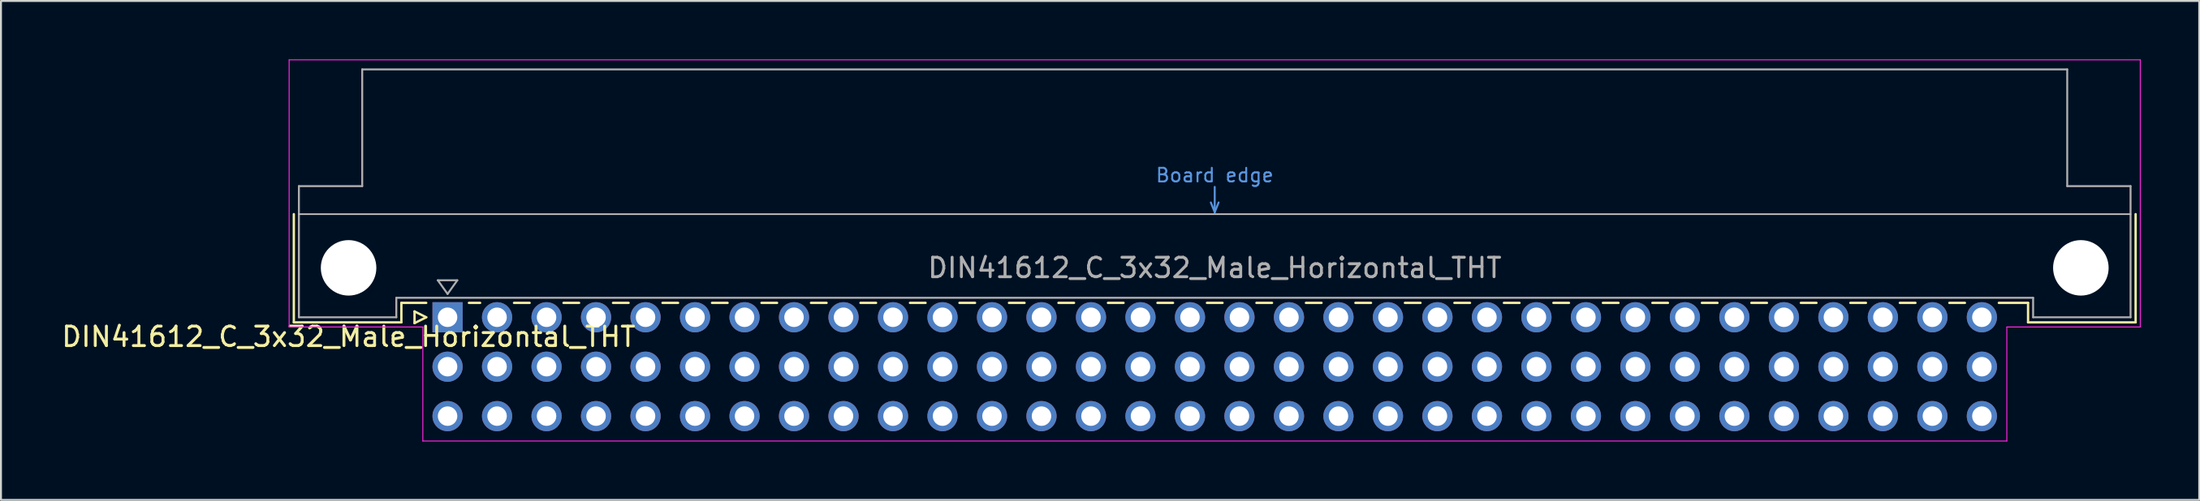
<source format=kicad_pcb>
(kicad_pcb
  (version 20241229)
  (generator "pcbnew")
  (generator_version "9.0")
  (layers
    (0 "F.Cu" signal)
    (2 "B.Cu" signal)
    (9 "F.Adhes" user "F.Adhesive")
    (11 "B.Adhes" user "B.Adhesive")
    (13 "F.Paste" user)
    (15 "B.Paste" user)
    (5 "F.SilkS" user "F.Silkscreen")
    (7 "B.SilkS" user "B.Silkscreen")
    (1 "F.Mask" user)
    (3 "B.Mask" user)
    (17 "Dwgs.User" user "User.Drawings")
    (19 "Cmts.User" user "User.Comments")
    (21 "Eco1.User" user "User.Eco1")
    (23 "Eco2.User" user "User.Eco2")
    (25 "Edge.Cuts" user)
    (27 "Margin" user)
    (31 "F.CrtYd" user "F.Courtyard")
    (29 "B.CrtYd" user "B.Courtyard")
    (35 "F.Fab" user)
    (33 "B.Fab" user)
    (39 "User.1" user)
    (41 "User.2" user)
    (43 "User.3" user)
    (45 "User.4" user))
  (footprint "DIN41612_C_3x32_Male_Horizontal_THT"
    (layer "F.Cu")
    (at 19.919 13.255)
    (property "Reference" "DIN41612_C_3x32_Male_Horizontal_THT" (at -5.08 1 0) (layer "F.SilkS") (effects (font (size 1 1) (thickness 0.15))))
    (attr through_hole)
    (fp_line (start -7.89 -5.3) (end -7.89 0.26) (stroke (width 0.12) (type solid)) (layer "F.SilkS"))
    (fp_line (start -7.89 0.26) (end -2.37 0.26) (stroke (width 0.12) (type solid)) (layer "F.SilkS"))
    (fp_line (start -2.371 -0.74) (end -1.095 -0.74) (stroke (width 0.12) (type solid)) (layer "F.SilkS"))
    (fp_line (start -2.37 0.26) (end -2.37 -0.74) (stroke (width 0.12) (type solid)) (layer "F.SilkS"))
    (fp_line (start -1.695 -0.3) (end -1.695 0.3) (stroke (width 0.12) (type solid)) (layer "F.SilkS"))
    (fp_line (start -1.695 0.3) (end -1.095 0) (stroke (width 0.12) (type solid)) (layer "F.SilkS"))
    (fp_line (start -1.095 0) (end -1.695 -0.3) (stroke (width 0.12) (type solid)) (layer "F.SilkS"))
    (fp_line (start 1.095 -0.74) (end 1.671 -0.74) (stroke (width 0.12) (type solid)) (layer "F.SilkS"))
    (fp_line (start 3.41 -0.74) (end 4.211 -0.74) (stroke (width 0.12) (type solid)) (layer "F.SilkS"))
    (fp_line (start 5.95 -0.74) (end 6.751 -0.74) (stroke (width 0.12) (type solid)) (layer "F.SilkS"))
    (fp_line (start 8.49 -0.74) (end 9.291 -0.74) (stroke (width 0.12) (type solid)) (layer "F.SilkS"))
    (fp_line (start 11.03 -0.74) (end 11.831 -0.74) (stroke (width 0.12) (type solid)) (layer "F.SilkS"))
    (fp_line (start 13.57 -0.74) (end 14.371 -0.74) (stroke (width 0.12) (type solid)) (layer "F.SilkS"))
    (fp_line (start 16.11 -0.74) (end 16.911 -0.74) (stroke (width 0.12) (type solid)) (layer "F.SilkS"))
    (fp_line (start 18.65 -0.74) (end 19.451 -0.74) (stroke (width 0.12) (type solid)) (layer "F.SilkS"))
    (fp_line (start 21.19 -0.74) (end 21.991 -0.74) (stroke (width 0.12) (type solid)) (layer "F.SilkS"))
    (fp_line (start 23.73 -0.74) (end 24.531 -0.74) (stroke (width 0.12) (type solid)) (layer "F.SilkS"))
    (fp_line (start 26.27 -0.74) (end 27.071 -0.74) (stroke (width 0.12) (type solid)) (layer "F.SilkS"))
    (fp_line (start 28.81 -0.74) (end 29.611 -0.74) (stroke (width 0.12) (type solid)) (layer "F.SilkS"))
    (fp_line (start 31.35 -0.74) (end 32.151 -0.74) (stroke (width 0.12) (type solid)) (layer "F.SilkS"))
    (fp_line (start 33.89 -0.74) (end 34.691 -0.74) (stroke (width 0.12) (type solid)) (layer "F.SilkS"))
    (fp_line (start 36.43 -0.74) (end 37.231 -0.74) (stroke (width 0.12) (type solid)) (layer "F.SilkS"))
    (fp_line (start 38.97 -0.74) (end 39.771 -0.74) (stroke (width 0.12) (type solid)) (layer "F.SilkS"))
    (fp_line (start 41.51 -0.74) (end 42.311 -0.74) (stroke (width 0.12) (type solid)) (layer "F.SilkS"))
    (fp_line (start 44.05 -0.74) (end 44.851 -0.74) (stroke (width 0.12) (type solid)) (layer "F.SilkS"))
    (fp_line (start 46.59 -0.74) (end 47.391 -0.74) (stroke (width 0.12) (type solid)) (layer "F.SilkS"))
    (fp_line (start 49.13 -0.74) (end 49.931 -0.74) (stroke (width 0.12) (type solid)) (layer "F.SilkS"))
    (fp_line (start 51.67 -0.74) (end 52.471 -0.74) (stroke (width 0.12) (type solid)) (layer "F.SilkS"))
    (fp_line (start 54.21 -0.74) (end 55.011 -0.74) (stroke (width 0.12) (type solid)) (layer "F.SilkS"))
    (fp_line (start 56.75 -0.74) (end 57.551 -0.74) (stroke (width 0.12) (type solid)) (layer "F.SilkS"))
    (fp_line (start 59.29 -0.74) (end 60.091 -0.74) (stroke (width 0.12) (type solid)) (layer "F.SilkS"))
    (fp_line (start 61.83 -0.74) (end 62.631 -0.74) (stroke (width 0.12) (type solid)) (layer "F.SilkS"))
    (fp_line (start 64.37 -0.74) (end 65.171 -0.74) (stroke (width 0.12) (type solid)) (layer "F.SilkS"))
    (fp_line (start 66.91 -0.74) (end 67.711 -0.74) (stroke (width 0.12) (type solid)) (layer "F.SilkS"))
    (fp_line (start 69.45 -0.74) (end 70.251 -0.74) (stroke (width 0.12) (type solid)) (layer "F.SilkS"))
    (fp_line (start 71.99 -0.74) (end 72.791 -0.74) (stroke (width 0.12) (type solid)) (layer "F.SilkS"))
    (fp_line (start 74.53 -0.74) (end 75.331 -0.74) (stroke (width 0.12) (type solid)) (layer "F.SilkS"))
    (fp_line (start 77.07 -0.74) (end 77.871 -0.74) (stroke (width 0.12) (type solid)) (layer "F.SilkS"))
    (fp_line (start 79.61 -0.74) (end 81.11 -0.74) (stroke (width 0.12) (type solid)) (layer "F.SilkS"))
    (fp_line (start 81.11 0.26) (end 81.11 -0.74) (stroke (width 0.12) (type solid)) (layer "F.SilkS"))
    (fp_line (start 86.63 -5.3) (end 86.63 0.26) (stroke (width 0.12) (type solid)) (layer "F.SilkS"))
    (fp_line (start 86.63 0.26) (end 81.11 0.26) (stroke (width 0.12) (type solid)) (layer "F.SilkS"))
    (fp_line (start -7.63 -5.3) (end 86.37 -5.3) (stroke (width 0.08) (type solid)) (layer "Dwgs.User"))
    (fp_line (start 39.17 -5.9) (end 39.37 -5.4) (stroke (width 0.1) (type solid)) (layer "Cmts.User"))
    (fp_line (start 39.37 -5.4) (end 39.37 -6.7) (stroke (width 0.1) (type solid)) (layer "Cmts.User"))
    (fp_line (start 39.37 -5.4) (end 39.57 -5.9) (stroke (width 0.1) (type solid)) (layer "Cmts.User"))
    (fp_line (start -8.13 -13.23) (end -8.13 0.5) (stroke (width 0.05) (type solid)) (layer "F.CrtYd"))
    (fp_line (start -8.13 0.5) (end -1.27 0.5) (stroke (width 0.05) (type solid)) (layer "F.CrtYd"))
    (fp_line (start -1.27 0.5) (end -1.27 6.36) (stroke (width 0.05) (type solid)) (layer "F.CrtYd"))
    (fp_line (start -1.27 6.36) (end 80.02 6.36) (stroke (width 0.05) (type solid)) (layer "F.CrtYd"))
    (fp_line (start 80.02 0.5) (end 86.87 0.5) (stroke (width 0.05) (type solid)) (layer "F.CrtYd"))
    (fp_line (start 80.02 6.36) (end 80.02 0.5) (stroke (width 0.05) (type solid)) (layer "F.CrtYd"))
    (fp_line (start 86.87 -13.23) (end -8.13 -13.23) (stroke (width 0.05) (type solid)) (layer "F.CrtYd"))
    (fp_line (start 86.87 0.5) (end 86.87 -13.23) (stroke (width 0.05) (type solid)) (layer "F.CrtYd"))
    (fp_line (start -7.63 -6.74) (end -7.63 0) (stroke (width 0.1) (type solid)) (layer "F.Fab"))
    (fp_line (start -7.63 0) (end -2.63 0) (stroke (width 0.1) (type solid)) (layer "F.Fab"))
    (fp_line (start -4.38 -12.74) (end -4.38 -6.74) (stroke (width 0.1) (type solid)) (layer "F.Fab"))
    (fp_line (start -4.38 -6.74) (end -7.63 -6.74) (stroke (width 0.1) (type solid)) (layer "F.Fab"))
    (fp_line (start -2.63 -1) (end 81.37 -1) (stroke (width 0.1) (type solid)) (layer "F.Fab"))
    (fp_line (start -2.63 0) (end -2.63 -1) (stroke (width 0.1) (type solid)) (layer "F.Fab"))
    (fp_line (start -0.5 -1.9) (end 0.5 -1.9) (stroke (width 0.1) (type solid)) (layer "F.Fab"))
    (fp_line (start 0 -1.2) (end -0.5 -1.9) (stroke (width 0.1) (type solid)) (layer "F.Fab"))
    (fp_line (start 0.5 -1.9) (end 0 -1.2) (stroke (width 0.1) (type solid)) (layer "F.Fab"))
    (fp_line (start 81.37 -1) (end 81.37 0) (stroke (width 0.1) (type solid)) (layer "F.Fab"))
    (fp_line (start 81.37 0) (end 86.37 0) (stroke (width 0.1) (type solid)) (layer "F.Fab"))
    (fp_line (start 83.12 -12.74) (end -4.38 -12.74) (stroke (width 0.1) (type solid)) (layer "F.Fab"))
    (fp_line (start 83.12 -6.74) (end 83.12 -12.74) (stroke (width 0.1) (type solid)) (layer "F.Fab"))
    (fp_line (start 86.37 -6.74) (end 83.12 -6.74) (stroke (width 0.1) (type solid)) (layer "F.Fab"))
    (fp_line (start 86.37 0) (end 86.37 -6.74) (stroke (width 0.1) (type solid)) (layer "F.Fab"))
    (fp_text user "Board edge" (at 39.37 -7.3 0) (layer "Cmts.User") (effects (font (size 0.7 0.7) (thickness 0.1))))
    (fp_text user "${REFERENCE}" (at 39.37 -2.54 0) (layer "F.Fab") (effects (font (size 1 1) (thickness 0.15))))
    (pad "" np_thru_hole circle (at -5.08 -2.54) (size 2.85 2.85) (drill 2.85) (layers "*.Cu" "*.Mask"))
    (pad "" np_thru_hole circle (at 83.82 -2.54) (size 2.85 2.85) (drill 2.85) (layers "*.Cu" "*.Mask"))
    (pad "a1" thru_hole rect (at 0 0) (size 1.55 1.55) (drill 1) (layers "*.Cu" "*.Mask"))
    (pad "a2" thru_hole circle (at 2.54 0) (size 1.55 1.55) (drill 1) (layers "*.Cu" "*.Mask"))
    (pad "a3" thru_hole circle (at 5.08 0) (size 1.55 1.55) (drill 1) (layers "*.Cu" "*.Mask"))
    (pad "a4" thru_hole circle (at 7.62 0) (size 1.55 1.55) (drill 1) (layers "*.Cu" "*.Mask"))
    (pad "a5" thru_hole circle (at 10.16 0) (size 1.55 1.55) (drill 1) (layers "*.Cu" "*.Mask"))
    (pad "a6" thru_hole circle (at 12.7 0) (size 1.55 1.55) (drill 1) (layers "*.Cu" "*.Mask"))
    (pad "a7" thru_hole circle (at 15.24 0) (size 1.55 1.55) (drill 1) (layers "*.Cu" "*.Mask"))
    (pad "a8" thru_hole circle (at 17.78 0) (size 1.55 1.55) (drill 1) (layers "*.Cu" "*.Mask"))
    (pad "a9" thru_hole circle (at 20.32 0) (size 1.55 1.55) (drill 1) (layers "*.Cu" "*.Mask"))
    (pad "a10" thru_hole circle (at 22.86 0) (size 1.55 1.55) (drill 1) (layers "*.Cu" "*.Mask"))
    (pad "a11" thru_hole circle (at 25.4 0) (size 1.55 1.55) (drill 1) (layers "*.Cu" "*.Mask"))
    (pad "a12" thru_hole circle (at 27.94 0) (size 1.55 1.55) (drill 1) (layers "*.Cu" "*.Mask"))
    (pad "a13" thru_hole circle (at 30.48 0) (size 1.55 1.55) (drill 1) (layers "*.Cu" "*.Mask"))
    (pad "a14" thru_hole circle (at 33.02 0) (size 1.55 1.55) (drill 1) (layers "*.Cu" "*.Mask"))
    (pad "a15" thru_hole circle (at 35.56 0) (size 1.55 1.55) (drill 1) (layers "*.Cu" "*.Mask"))
    (pad "a16" thru_hole circle (at 38.1 0) (size 1.55 1.55) (drill 1) (layers "*.Cu" "*.Mask"))
    (pad "a17" thru_hole circle (at 40.64 0) (size 1.55 1.55) (drill 1) (layers "*.Cu" "*.Mask"))
    (pad "a18" thru_hole circle (at 43.18 0) (size 1.55 1.55) (drill 1) (layers "*.Cu" "*.Mask"))
    (pad "a19" thru_hole circle (at 45.72 0) (size 1.55 1.55) (drill 1) (layers "*.Cu" "*.Mask"))
    (pad "a20" thru_hole circle (at 48.26 0) (size 1.55 1.55) (drill 1) (layers "*.Cu" "*.Mask"))
    (pad "a21" thru_hole circle (at 50.8 0) (size 1.55 1.55) (drill 1) (layers "*.Cu" "*.Mask"))
    (pad "a22" thru_hole circle (at 53.34 0) (size 1.55 1.55) (drill 1) (layers "*.Cu" "*.Mask"))
    (pad "a23" thru_hole circle (at 55.88 0) (size 1.55 1.55) (drill 1) (layers "*.Cu" "*.Mask"))
    (pad "a24" thru_hole circle (at 58.42 0) (size 1.55 1.55) (drill 1) (layers "*.Cu" "*.Mask"))
    (pad "a25" thru_hole circle (at 60.96 0) (size 1.55 1.55) (drill 1) (layers "*.Cu" "*.Mask"))
    (pad "a26" thru_hole circle (at 63.5 0) (size 1.55 1.55) (drill 1) (layers "*.Cu" "*.Mask"))
    (pad "a27" thru_hole circle (at 66.04 0) (size 1.55 1.55) (drill 1) (layers "*.Cu" "*.Mask"))
    (pad "a28" thru_hole circle (at 68.58 0) (size 1.55 1.55) (drill 1) (layers "*.Cu" "*.Mask"))
    (pad "a29" thru_hole circle (at 71.12 0) (size 1.55 1.55) (drill 1) (layers "*.Cu" "*.Mask"))
    (pad "a30" thru_hole circle (at 73.66 0) (size 1.55 1.55) (drill 1) (layers "*.Cu" "*.Mask"))
    (pad "a31" thru_hole circle (at 76.2 0) (size 1.55 1.55) (drill 1) (layers "*.Cu" "*.Mask"))
    (pad "a32" thru_hole circle (at 78.74 0) (size 1.55 1.55) (drill 1) (layers "*.Cu" "*.Mask"))
    (pad "b1" thru_hole circle (at 0 2.54) (size 1.55 1.55) (drill 1) (layers "*.Cu" "*.Mask"))
    (pad "b2" thru_hole circle (at 2.54 2.54) (size 1.55 1.55) (drill 1) (layers "*.Cu" "*.Mask"))
    (pad "b3" thru_hole circle (at 5.08 2.54) (size 1.55 1.55) (drill 1) (layers "*.Cu" "*.Mask"))
    (pad "b4" thru_hole circle (at 7.62 2.54) (size 1.55 1.55) (drill 1) (layers "*.Cu" "*.Mask"))
    (pad "b5" thru_hole circle (at 10.16 2.54) (size 1.55 1.55) (drill 1) (layers "*.Cu" "*.Mask"))
    (pad "b6" thru_hole circle (at 12.7 2.54) (size 1.55 1.55) (drill 1) (layers "*.Cu" "*.Mask"))
    (pad "b7" thru_hole circle (at 15.24 2.54) (size 1.55 1.55) (drill 1) (layers "*.Cu" "*.Mask"))
    (pad "b8" thru_hole circle (at 17.78 2.54) (size 1.55 1.55) (drill 1) (layers "*.Cu" "*.Mask"))
    (pad "b9" thru_hole circle (at 20.32 2.54) (size 1.55 1.55) (drill 1) (layers "*.Cu" "*.Mask"))
    (pad "b10" thru_hole circle (at 22.86 2.54) (size 1.55 1.55) (drill 1) (layers "*.Cu" "*.Mask"))
    (pad "b11" thru_hole circle (at 25.4 2.54) (size 1.55 1.55) (drill 1) (layers "*.Cu" "*.Mask"))
    (pad "b12" thru_hole circle (at 27.94 2.54) (size 1.55 1.55) (drill 1) (layers "*.Cu" "*.Mask"))
    (pad "b13" thru_hole circle (at 30.48 2.54) (size 1.55 1.55) (drill 1) (layers "*.Cu" "*.Mask"))
    (pad "b14" thru_hole circle (at 33.02 2.54) (size 1.55 1.55) (drill 1) (layers "*.Cu" "*.Mask"))
    (pad "b15" thru_hole circle (at 35.56 2.54) (size 1.55 1.55) (drill 1) (layers "*.Cu" "*.Mask"))
    (pad "b16" thru_hole circle (at 38.1 2.54) (size 1.55 1.55) (drill 1) (layers "*.Cu" "*.Mask"))
    (pad "b17" thru_hole circle (at 40.64 2.54) (size 1.55 1.55) (drill 1) (layers "*.Cu" "*.Mask"))
    (pad "b18" thru_hole circle (at 43.18 2.54) (size 1.55 1.55) (drill 1) (layers "*.Cu" "*.Mask"))
    (pad "b19" thru_hole circle (at 45.72 2.54) (size 1.55 1.55) (drill 1) (layers "*.Cu" "*.Mask"))
    (pad "b20" thru_hole circle (at 48.26 2.54) (size 1.55 1.55) (drill 1) (layers "*.Cu" "*.Mask"))
    (pad "b21" thru_hole circle (at 50.8 2.54) (size 1.55 1.55) (drill 1) (layers "*.Cu" "*.Mask"))
    (pad "b22" thru_hole circle (at 53.34 2.54) (size 1.55 1.55) (drill 1) (layers "*.Cu" "*.Mask"))
    (pad "b23" thru_hole circle (at 55.88 2.54) (size 1.55 1.55) (drill 1) (layers "*.Cu" "*.Mask"))
    (pad "b24" thru_hole circle (at 58.42 2.54) (size 1.55 1.55) (drill 1) (layers "*.Cu" "*.Mask"))
    (pad "b25" thru_hole circle (at 60.96 2.54) (size 1.55 1.55) (drill 1) (layers "*.Cu" "*.Mask"))
    (pad "b26" thru_hole circle (at 63.5 2.54) (size 1.55 1.55) (drill 1) (layers "*.Cu" "*.Mask"))
    (pad "b27" thru_hole circle (at 66.04 2.54) (size 1.55 1.55) (drill 1) (layers "*.Cu" "*.Mask"))
    (pad "b28" thru_hole circle (at 68.58 2.54) (size 1.55 1.55) (drill 1) (layers "*.Cu" "*.Mask"))
    (pad "b29" thru_hole circle (at 71.12 2.54) (size 1.55 1.55) (drill 1) (layers "*.Cu" "*.Mask"))
    (pad "b30" thru_hole circle (at 73.66 2.54) (size 1.55 1.55) (drill 1) (layers "*.Cu" "*.Mask"))
    (pad "b31" thru_hole circle (at 76.2 2.54) (size 1.55 1.55) (drill 1) (layers "*.Cu" "*.Mask"))
    (pad "b32" thru_hole circle (at 78.74 2.54) (size 1.55 1.55) (drill 1) (layers "*.Cu" "*.Mask"))
    (pad "c1" thru_hole circle (at 0 5.08) (size 1.55 1.55) (drill 1) (layers "*.Cu" "*.Mask"))
    (pad "c2" thru_hole circle (at 2.54 5.08) (size 1.55 1.55) (drill 1) (layers "*.Cu" "*.Mask"))
    (pad "c3" thru_hole circle (at 5.08 5.08) (size 1.55 1.55) (drill 1) (layers "*.Cu" "*.Mask"))
    (pad "c4" thru_hole circle (at 7.62 5.08) (size 1.55 1.55) (drill 1) (layers "*.Cu" "*.Mask"))
    (pad "c5" thru_hole circle (at 10.16 5.08) (size 1.55 1.55) (drill 1) (layers "*.Cu" "*.Mask"))
    (pad "c6" thru_hole circle (at 12.7 5.08) (size 1.55 1.55) (drill 1) (layers "*.Cu" "*.Mask"))
    (pad "c7" thru_hole circle (at 15.24 5.08) (size 1.55 1.55) (drill 1) (layers "*.Cu" "*.Mask"))
    (pad "c8" thru_hole circle (at 17.78 5.08) (size 1.55 1.55) (drill 1) (layers "*.Cu" "*.Mask"))
    (pad "c9" thru_hole circle (at 20.32 5.08) (size 1.55 1.55) (drill 1) (layers "*.Cu" "*.Mask"))
    (pad "c10" thru_hole circle (at 22.86 5.08) (size 1.55 1.55) (drill 1) (layers "*.Cu" "*.Mask"))
    (pad "c11" thru_hole circle (at 25.4 5.08) (size 1.55 1.55) (drill 1) (layers "*.Cu" "*.Mask"))
    (pad "c12" thru_hole circle (at 27.94 5.08) (size 1.55 1.55) (drill 1) (layers "*.Cu" "*.Mask"))
    (pad "c13" thru_hole circle (at 30.48 5.08) (size 1.55 1.55) (drill 1) (layers "*.Cu" "*.Mask"))
    (pad "c14" thru_hole circle (at 33.02 5.08) (size 1.55 1.55) (drill 1) (layers "*.Cu" "*.Mask"))
    (pad "c15" thru_hole circle (at 35.56 5.08) (size 1.55 1.55) (drill 1) (layers "*.Cu" "*.Mask"))
    (pad "c16" thru_hole circle (at 38.1 5.08) (size 1.55 1.55) (drill 1) (layers "*.Cu" "*.Mask"))
    (pad "c17" thru_hole circle (at 40.64 5.08) (size 1.55 1.55) (drill 1) (layers "*.Cu" "*.Mask"))
    (pad "c18" thru_hole circle (at 43.18 5.08) (size 1.55 1.55) (drill 1) (layers "*.Cu" "*.Mask"))
    (pad "c19" thru_hole circle (at 45.72 5.08) (size 1.55 1.55) (drill 1) (layers "*.Cu" "*.Mask"))
    (pad "c20" thru_hole circle (at 48.26 5.08) (size 1.55 1.55) (drill 1) (layers "*.Cu" "*.Mask"))
    (pad "c21" thru_hole circle (at 50.8 5.08) (size 1.55 1.55) (drill 1) (layers "*.Cu" "*.Mask"))
    (pad "c22" thru_hole circle (at 53.34 5.08) (size 1.55 1.55) (drill 1) (layers "*.Cu" "*.Mask"))
    (pad "c23" thru_hole circle (at 55.88 5.08) (size 1.55 1.55) (drill 1) (layers "*.Cu" "*.Mask"))
    (pad "c24" thru_hole circle (at 58.42 5.08) (size 1.55 1.55) (drill 1) (layers "*.Cu" "*.Mask"))
    (pad "c25" thru_hole circle (at 60.96 5.08) (size 1.55 1.55) (drill 1) (layers "*.Cu" "*.Mask"))
    (pad "c26" thru_hole circle (at 63.5 5.08) (size 1.55 1.55) (drill 1) (layers "*.Cu" "*.Mask"))
    (pad "c27" thru_hole circle (at 66.04 5.08) (size 1.55 1.55) (drill 1) (layers "*.Cu" "*.Mask"))
    (pad "c28" thru_hole circle (at 68.58 5.08) (size 1.55 1.55) (drill 1) (layers "*.Cu" "*.Mask"))
    (pad "c29" thru_hole circle (at 71.12 5.08) (size 1.55 1.55) (drill 1) (layers "*.Cu" "*.Mask"))
    (pad "c30" thru_hole circle (at 73.66 5.08) (size 1.55 1.55) (drill 1) (layers "*.Cu" "*.Mask"))
    (pad "c31" thru_hole circle (at 76.2 5.08) (size 1.55 1.55) (drill 1) (layers "*.Cu" "*.Mask"))
    (pad "c32" thru_hole circle (at 78.74 5.08) (size 1.55 1.55) (drill 1) (layers "*.Cu" "*.Mask")))
  (gr_rect
    (start -3 -3)
    (end 109.814 22.64)
    (stroke (width 0.1) (type default))
    (fill no)
    (layer "Edge.Cuts")))
</source>
